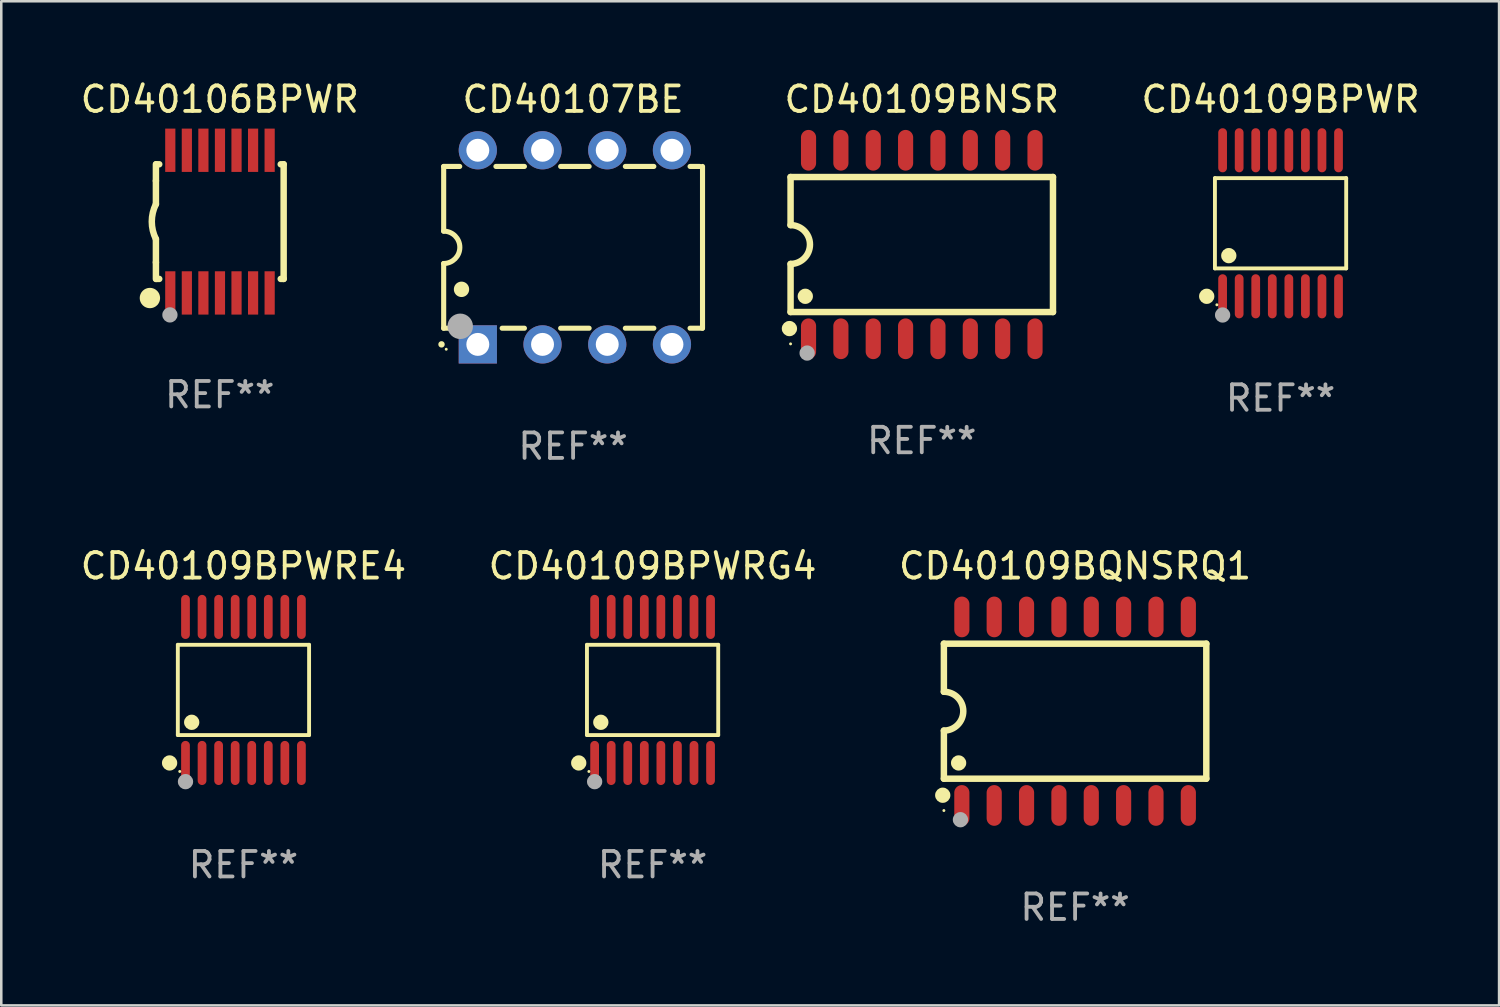
<source format=kicad_pcb>
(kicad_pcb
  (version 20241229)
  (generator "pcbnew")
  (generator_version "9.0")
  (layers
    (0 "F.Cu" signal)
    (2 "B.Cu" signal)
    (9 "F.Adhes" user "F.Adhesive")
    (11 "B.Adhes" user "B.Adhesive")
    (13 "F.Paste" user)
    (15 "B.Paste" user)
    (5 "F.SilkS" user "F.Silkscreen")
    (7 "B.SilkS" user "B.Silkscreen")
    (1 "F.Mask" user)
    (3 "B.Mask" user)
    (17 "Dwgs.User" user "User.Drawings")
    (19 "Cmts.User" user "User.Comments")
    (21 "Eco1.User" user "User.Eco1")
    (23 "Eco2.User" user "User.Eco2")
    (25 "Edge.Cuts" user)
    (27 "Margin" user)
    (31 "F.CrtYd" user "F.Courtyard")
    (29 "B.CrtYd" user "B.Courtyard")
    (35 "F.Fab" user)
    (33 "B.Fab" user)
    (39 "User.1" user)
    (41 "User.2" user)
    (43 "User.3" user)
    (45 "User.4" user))
  (footprint "CD40107BE"
    (layer "F.Cu")
    (at 19.445 6.658)
    (property "Reference" "CD40107BE" (at 0 -5.81 0) (layer "F.SilkS") (effects (font (size 1 1) (thickness 0.15))))
    (attr through_hole)
    (fp_line (start -5.08 -3.175) (end -4.451 -3.175) (stroke (width 0.2) (type solid)) (layer "F.SilkS"))
    (fp_line (start -5.08 -0.635) (end -5.08 -3.175) (stroke (width 0.2) (type solid)) (layer "F.SilkS"))
    (fp_line (start -5.08 3.175) (end -5.08 0.635) (stroke (width 0.2) (type solid)) (layer "F.SilkS"))
    (fp_line (start -4.694 3.175) (end -5.08 3.175) (stroke (width 0.2) (type solid)) (layer "F.SilkS"))
    (fp_line (start -3.029 -3.175) (end -1.911 -3.175) (stroke (width 0.2) (type solid)) (layer "F.SilkS"))
    (fp_line (start -1.911 3.175) (end -2.786 3.175) (stroke (width 0.2) (type solid)) (layer "F.SilkS"))
    (fp_line (start -0.489 -3.175) (end 0.629 -3.175) (stroke (width 0.2) (type solid)) (layer "F.SilkS"))
    (fp_line (start 0.629 3.175) (end -0.489 3.175) (stroke (width 0.2) (type solid)) (layer "F.SilkS"))
    (fp_line (start 2.051 -3.175) (end 3.169 -3.175) (stroke (width 0.2) (type solid)) (layer "F.SilkS"))
    (fp_line (start 3.169 3.175) (end 2.051 3.175) (stroke (width 0.2) (type solid)) (layer "F.SilkS"))
    (fp_line (start 4.591 -3.175) (end 4.97 -3.175) (stroke (width 0.2) (type solid)) (layer "F.SilkS"))
    (fp_line (start 5.074 3.175) (end 4.591 3.175) (stroke (width 0.2) (type solid)) (layer "F.SilkS"))
    (fp_line (start 5.08 -3.175) (end 5.08 3.175) (stroke (width 0.2) (type solid)) (layer "F.SilkS"))
    (fp_arc (start -5.164948 3.810008) (mid -5.164955 3.808738) (end -5.164948 3.807468) (stroke (width 0.25) (type solid)) (layer "F.SilkS"))
    (fp_arc (start -5.081128 -0.635001) (mid -4.446127 0) (end -5.081128 0.635001) (stroke (width 0.2) (type solid)) (layer "F.SilkS"))
    (fp_arc (start -4.380086 1.651003) (mid -4.380097 1.648463) (end -4.380086 1.645923) (stroke (width 0.6) (type solid)) (layer "F.SilkS"))
    (fp_circle (center -4.98 4) (end -4.95 4) (stroke (width 0.06) (type solid)) (fill no) (layer "F.SilkS"))
    (fp_circle (center -4.43 3.1) (end -4.18 3.1) (stroke (width 0.5) (type solid)) (fill no) (layer "F.Fab"))
    (fp_text user "REF**" (at 0 7.81 0) (layer "F.Fab") (effects (font (size 1 1) (thickness 0.15))))
    (pad "1" thru_hole rect (at -3.74 3.81) (size 1.5 1.5) (drill 0.9) (layers "*.Cu" "*.Mask"))
    (pad "2" thru_hole circle (at -1.2 3.81) (size 1.5 1.5) (drill 0.9) (layers "*.Cu" "*.Mask"))
    (pad "3" thru_hole circle (at 1.34 3.81) (size 1.5 1.5) (drill 0.9) (layers "*.Cu" "*.Mask"))
    (pad "4" thru_hole circle (at 3.88 3.81) (size 1.5 1.5) (drill 0.9) (layers "*.Cu" "*.Mask"))
    (pad "5" thru_hole circle (at 3.88 -3.81) (size 1.5 1.5) (drill 0.9) (layers "*.Cu" "*.Mask"))
    (pad "6" thru_hole circle (at 1.34 -3.81) (size 1.5 1.5) (drill 0.9) (layers "*.Cu" "*.Mask"))
    (pad "7" thru_hole circle (at -1.2 -3.81) (size 1.5 1.5) (drill 0.9) (layers "*.Cu" "*.Mask"))
    (pad "8" thru_hole circle (at -3.74 -3.81) (size 1.5 1.5) (drill 0.9) (layers "*.Cu" "*.Mask")))
  (footprint "CD40109BPWRE4"
    (layer "F.Cu")
    (at 6.506 24.031)
    (property "Reference" "CD40109BPWRE4" (at 0 -4.866 0) (layer "F.SilkS") (effects (font (size 1 1) (thickness 0.15))))
    (attr through_hole)
    (fp_line (start -2.576 -1.772) (end 2.576 -1.772) (stroke (width 0.152) (type solid)) (layer "F.SilkS"))
    (fp_line (start -2.576 1.771) (end -2.576 -1.772) (stroke (width 0.152) (type solid)) (layer "F.SilkS"))
    (fp_line (start 2.576 -1.772) (end 2.576 1.771) (stroke (width 0.152) (type solid)) (layer "F.SilkS"))
    (fp_line (start 2.576 1.771) (end -2.576 1.771) (stroke (width 0.152) (type solid)) (layer "F.SilkS"))
    (fp_circle (center -2.899 2.866) (end -2.749 2.866) (stroke (width 0.3) (type solid)) (fill no) (layer "F.SilkS"))
    (fp_circle (center -2.5 3.2) (end -2.47 3.2) (stroke (width 0.06) (type solid)) (fill no) (layer "F.SilkS"))
    (fp_circle (center -2.032 1.27) (end -1.882 1.27) (stroke (width 0.3) (type solid)) (fill no) (layer "F.SilkS"))
    (fp_circle (center -2.275 3.6) (end -2.125 3.6) (stroke (width 0.3) (type solid)) (fill no) (layer "F.Fab"))
    (fp_text user "REF**" (at 0 6.866 0) (layer "F.Fab") (effects (font (size 1 1) (thickness 0.15))))
    (pad "1" smd oval (at -2.275 2.866) (size 0.343 1.731) (layers "F.Cu" "F.Mask" "F.Paste"))
    (pad "2" smd oval (at -1.625 2.866) (size 0.343 1.731) (layers "F.Cu" "F.Mask" "F.Paste"))
    (pad "3" smd oval (at -0.975 2.866) (size 0.343 1.731) (layers "F.Cu" "F.Mask" "F.Paste"))
    (pad "4" smd oval (at -0.325 2.866) (size 0.343 1.731) (layers "F.Cu" "F.Mask" "F.Paste"))
    (pad "5" smd oval (at 0.325 2.866) (size 0.343 1.731) (layers "F.Cu" "F.Mask" "F.Paste"))
    (pad "6" smd oval (at 0.975 2.866) (size 0.343 1.731) (layers "F.Cu" "F.Mask" "F.Paste"))
    (pad "7" smd oval (at 1.625 2.866) (size 0.343 1.731) (layers "F.Cu" "F.Mask" "F.Paste"))
    (pad "8" smd oval (at 2.275 2.866) (size 0.343 1.731) (layers "F.Cu" "F.Mask" "F.Paste"))
    (pad "9" smd oval (at 2.275 -2.866) (size 0.343 1.731) (layers "F.Cu" "F.Mask" "F.Paste"))
    (pad "10" smd oval (at 1.625 -2.866) (size 0.343 1.731) (layers "F.Cu" "F.Mask" "F.Paste"))
    (pad "11" smd oval (at 0.975 -2.866) (size 0.343 1.731) (layers "F.Cu" "F.Mask" "F.Paste"))
    (pad "12" smd oval (at 0.325 -2.866) (size 0.343 1.731) (layers "F.Cu" "F.Mask" "F.Paste"))
    (pad "13" smd oval (at -0.325 -2.866) (size 0.343 1.731) (layers "F.Cu" "F.Mask" "F.Paste"))
    (pad "14" smd oval (at -0.975 -2.866) (size 0.343 1.731) (layers "F.Cu" "F.Mask" "F.Paste"))
    (pad "15" smd oval (at -1.625 -2.866) (size 0.343 1.731) (layers "F.Cu" "F.Mask" "F.Paste"))
    (pad "16" smd oval (at -2.275 -2.866) (size 0.343 1.731) (layers "F.Cu" "F.Mask" "F.Paste")))
  (footprint "CD40109BPWR"
    (layer "F.Cu")
    (at 47.214 5.714)
    (property "Reference" "CD40109BPWR" (at 0 -4.866 0) (layer "F.SilkS") (effects (font (size 1 1) (thickness 0.15))))
    (attr through_hole)
    (fp_line (start -2.576 -1.772) (end 2.576 -1.772) (stroke (width 0.152) (type solid)) (layer "F.SilkS"))
    (fp_line (start -2.576 1.771) (end -2.576 -1.772) (stroke (width 0.152) (type solid)) (layer "F.SilkS"))
    (fp_line (start 2.576 -1.772) (end 2.576 1.771) (stroke (width 0.152) (type solid)) (layer "F.SilkS"))
    (fp_line (start 2.576 1.771) (end -2.576 1.771) (stroke (width 0.152) (type solid)) (layer "F.SilkS"))
    (fp_circle (center -2.899 2.866) (end -2.749 2.866) (stroke (width 0.3) (type solid)) (fill no) (layer "F.SilkS"))
    (fp_circle (center -2.5 3.2) (end -2.47 3.2) (stroke (width 0.06) (type solid)) (fill no) (layer "F.SilkS"))
    (fp_circle (center -2.032 1.27) (end -1.882 1.27) (stroke (width 0.3) (type solid)) (fill no) (layer "F.SilkS"))
    (fp_circle (center -2.275 3.6) (end -2.125 3.6) (stroke (width 0.3) (type solid)) (fill no) (layer "F.Fab"))
    (fp_text user "REF**" (at 0 6.866 0) (layer "F.Fab") (effects (font (size 1 1) (thickness 0.15))))
    (pad "1" smd oval (at -2.275 2.866) (size 0.343 1.731) (layers "F.Cu" "F.Mask" "F.Paste"))
    (pad "2" smd oval (at -1.625 2.866) (size 0.343 1.731) (layers "F.Cu" "F.Mask" "F.Paste"))
    (pad "3" smd oval (at -0.975 2.866) (size 0.343 1.731) (layers "F.Cu" "F.Mask" "F.Paste"))
    (pad "4" smd oval (at -0.325 2.866) (size 0.343 1.731) (layers "F.Cu" "F.Mask" "F.Paste"))
    (pad "5" smd oval (at 0.325 2.866) (size 0.343 1.731) (layers "F.Cu" "F.Mask" "F.Paste"))
    (pad "6" smd oval (at 0.975 2.866) (size 0.343 1.731) (layers "F.Cu" "F.Mask" "F.Paste"))
    (pad "7" smd oval (at 1.625 2.866) (size 0.343 1.731) (layers "F.Cu" "F.Mask" "F.Paste"))
    (pad "8" smd oval (at 2.275 2.866) (size 0.343 1.731) (layers "F.Cu" "F.Mask" "F.Paste"))
    (pad "9" smd oval (at 2.275 -2.866) (size 0.343 1.731) (layers "F.Cu" "F.Mask" "F.Paste"))
    (pad "10" smd oval (at 1.625 -2.866) (size 0.343 1.731) (layers "F.Cu" "F.Mask" "F.Paste"))
    (pad "11" smd oval (at 0.975 -2.866) (size 0.343 1.731) (layers "F.Cu" "F.Mask" "F.Paste"))
    (pad "12" smd oval (at 0.325 -2.866) (size 0.343 1.731) (layers "F.Cu" "F.Mask" "F.Paste"))
    (pad "13" smd oval (at -0.325 -2.866) (size 0.343 1.731) (layers "F.Cu" "F.Mask" "F.Paste"))
    (pad "14" smd oval (at -0.975 -2.866) (size 0.343 1.731) (layers "F.Cu" "F.Mask" "F.Paste"))
    (pad "15" smd oval (at -1.625 -2.866) (size 0.343 1.731) (layers "F.Cu" "F.Mask" "F.Paste"))
    (pad "16" smd oval (at -2.275 -2.866) (size 0.343 1.731) (layers "F.Cu" "F.Mask" "F.Paste")))
  (footprint "CD40106BPWR"
    (layer "F.Cu")
    (at 5.577 5.648)
    (property "Reference" "CD40106BPWR" (at 0 -4.8 0) (layer "F.SilkS") (effects (font (size 1 1) (thickness 0.15))))
    (attr through_hole)
    (fp_line (start -2.507 -1.6) (end -2.507 -2.25) (stroke (width 0.254) (type solid)) (layer "F.SilkS"))
    (fp_line (start -2.507 -0.686) (end -2.507 -1.6) (stroke (width 0.254) (type solid)) (layer "F.SilkS"))
    (fp_line (start -2.507 1.6) (end -2.507 0.686) (stroke (width 0.254) (type solid)) (layer "F.SilkS"))
    (fp_line (start -2.507 1.6) (end -2.507 2.25) (stroke (width 0.254) (type solid)) (layer "F.SilkS"))
    (fp_line (start -2.493 -2.25) (end -2.377 -2.25) (stroke (width 0.254) (type solid)) (layer "F.SilkS"))
    (fp_line (start -2.377 2.25) (end -2.493 2.25) (stroke (width 0.254) (type solid)) (layer "F.SilkS"))
    (fp_line (start 2.392 -2.25) (end 2.507 -2.25) (stroke (width 0.254) (type solid)) (layer "F.SilkS"))
    (fp_line (start 2.507 -2.25) (end 2.507 2.25) (stroke (width 0.254) (type solid)) (layer "F.SilkS"))
    (fp_line (start 2.507 2.25) (end 2.392 2.25) (stroke (width 0.254) (type solid)) (layer "F.SilkS"))
    (fp_arc (start -2.507303 0.685802) (mid -2.669199 0) (end -2.507303 -0.685801) (stroke (width 0.254001) (type solid)) (layer "F.SilkS"))
    (fp_circle (center -2.743 3) (end -2.543 3) (stroke (width 0.4) (type solid)) (fill no) (layer "F.SilkS"))
    (fp_circle (center -2.493 3.2) (end -2.463 3.2) (stroke (width 0.06) (type solid)) (fill no) (layer "F.SilkS"))
    (fp_circle (center -1.957 3.662) (end -1.807 3.662) (stroke (width 0.3) (type solid)) (fill no) (layer "F.Fab"))
    (fp_text user "REF**" (at 0 6.8 0) (layer "F.Fab") (effects (font (size 1 1) (thickness 0.15))))
    (pad "1" smd rect (at -1.943 2.8) (size 0.4 1.7) (layers "F.Cu" "F.Mask" "F.Paste"))
    (pad "2" smd rect (at -1.293 2.8) (size 0.4 1.7) (layers "F.Cu" "F.Mask" "F.Paste"))
    (pad "3" smd rect (at -0.643 2.8) (size 0.4 1.7) (layers "F.Cu" "F.Mask" "F.Paste"))
    (pad "4" smd rect (at 0.007 2.8) (size 0.4 1.7) (layers "F.Cu" "F.Mask" "F.Paste"))
    (pad "5" smd rect (at 0.657 2.8) (size 0.4 1.7) (layers "F.Cu" "F.Mask" "F.Paste"))
    (pad "6" smd rect (at 1.307 2.8) (size 0.4 1.7) (layers "F.Cu" "F.Mask" "F.Paste"))
    (pad "7" smd rect (at 1.957 2.8) (size 0.4 1.7) (layers "F.Cu" "F.Mask" "F.Paste"))
    (pad "8" smd rect (at 1.957 -2.8) (size 0.4 1.7) (layers "F.Cu" "F.Mask" "F.Paste"))
    (pad "9" smd rect (at 1.307 -2.8) (size 0.4 1.7) (layers "F.Cu" "F.Mask" "F.Paste"))
    (pad "10" smd rect (at 0.657 -2.8) (size 0.4 1.7) (layers "F.Cu" "F.Mask" "F.Paste"))
    (pad "11" smd rect (at 0.007 -2.8) (size 0.4 1.7) (layers "F.Cu" "F.Mask" "F.Paste"))
    (pad "12" smd rect (at -0.643 -2.8) (size 0.4 1.7) (layers "F.Cu" "F.Mask" "F.Paste"))
    (pad "13" smd rect (at -1.293 -2.8) (size 0.4 1.7) (layers "F.Cu" "F.Mask" "F.Paste"))
    (pad "14" smd rect (at -1.943 -2.8) (size 0.4 1.7) (layers "F.Cu" "F.Mask" "F.Paste")))
  (footprint "CD40109BPWRG4"
    (layer "F.Cu")
    (at 22.565 24.031)
    (property "Reference" "CD40109BPWRG4" (at 0 -4.866 0) (layer "F.SilkS") (effects (font (size 1 1) (thickness 0.15))))
    (attr through_hole)
    (fp_line (start -2.576 -1.772) (end 2.576 -1.772) (stroke (width 0.152) (type solid)) (layer "F.SilkS"))
    (fp_line (start -2.576 1.771) (end -2.576 -1.772) (stroke (width 0.152) (type solid)) (layer "F.SilkS"))
    (fp_line (start 2.576 -1.772) (end 2.576 1.771) (stroke (width 0.152) (type solid)) (layer "F.SilkS"))
    (fp_line (start 2.576 1.771) (end -2.576 1.771) (stroke (width 0.152) (type solid)) (layer "F.SilkS"))
    (fp_circle (center -2.899 2.866) (end -2.749 2.866) (stroke (width 0.3) (type solid)) (fill no) (layer "F.SilkS"))
    (fp_circle (center -2.5 3.2) (end -2.47 3.2) (stroke (width 0.06) (type solid)) (fill no) (layer "F.SilkS"))
    (fp_circle (center -2.032 1.27) (end -1.882 1.27) (stroke (width 0.3) (type solid)) (fill no) (layer "F.SilkS"))
    (fp_circle (center -2.275 3.6) (end -2.125 3.6) (stroke (width 0.3) (type solid)) (fill no) (layer "F.Fab"))
    (fp_text user "REF**" (at 0 6.866 0) (layer "F.Fab") (effects (font (size 1 1) (thickness 0.15))))
    (pad "1" smd oval (at -2.275 2.866) (size 0.343 1.731) (layers "F.Cu" "F.Mask" "F.Paste"))
    (pad "2" smd oval (at -1.625 2.866) (size 0.343 1.731) (layers "F.Cu" "F.Mask" "F.Paste"))
    (pad "3" smd oval (at -0.975 2.866) (size 0.343 1.731) (layers "F.Cu" "F.Mask" "F.Paste"))
    (pad "4" smd oval (at -0.325 2.866) (size 0.343 1.731) (layers "F.Cu" "F.Mask" "F.Paste"))
    (pad "5" smd oval (at 0.325 2.866) (size 0.343 1.731) (layers "F.Cu" "F.Mask" "F.Paste"))
    (pad "6" smd oval (at 0.975 2.866) (size 0.343 1.731) (layers "F.Cu" "F.Mask" "F.Paste"))
    (pad "7" smd oval (at 1.625 2.866) (size 0.343 1.731) (layers "F.Cu" "F.Mask" "F.Paste"))
    (pad "8" smd oval (at 2.275 2.866) (size 0.343 1.731) (layers "F.Cu" "F.Mask" "F.Paste"))
    (pad "9" smd oval (at 2.275 -2.866) (size 0.343 1.731) (layers "F.Cu" "F.Mask" "F.Paste"))
    (pad "10" smd oval (at 1.625 -2.866) (size 0.343 1.731) (layers "F.Cu" "F.Mask" "F.Paste"))
    (pad "11" smd oval (at 0.975 -2.866) (size 0.343 1.731) (layers "F.Cu" "F.Mask" "F.Paste"))
    (pad "12" smd oval (at 0.325 -2.866) (size 0.343 1.731) (layers "F.Cu" "F.Mask" "F.Paste"))
    (pad "13" smd oval (at -0.325 -2.866) (size 0.343 1.731) (layers "F.Cu" "F.Mask" "F.Paste"))
    (pad "14" smd oval (at -0.975 -2.866) (size 0.343 1.731) (layers "F.Cu" "F.Mask" "F.Paste"))
    (pad "15" smd oval (at -1.625 -2.866) (size 0.343 1.731) (layers "F.Cu" "F.Mask" "F.Paste"))
    (pad "16" smd oval (at -2.275 -2.866) (size 0.343 1.731) (layers "F.Cu" "F.Mask" "F.Paste")))
  (footprint "CD40109BNSR"
    (layer "F.Cu")
    (at 33.131 6.548)
    (property "Reference" "CD40109BNSR" (at 0 -5.7 0) (layer "F.SilkS") (effects (font (size 1 1) (thickness 0.15))))
    (attr through_hole)
    (fp_line (start -5.15 -2.65) (end -5.15 -0.762) (stroke (width 0.254) (type solid)) (layer "F.SilkS"))
    (fp_line (start -5.15 -2.65) (end 5.15 -2.65) (stroke (width 0.254) (type solid)) (layer "F.SilkS"))
    (fp_line (start -5.15 2.65) (end -5.15 0.762) (stroke (width 0.254) (type solid)) (layer "F.SilkS"))
    (fp_line (start 5.15 -2.65) (end 5.15 2.65) (stroke (width 0.254) (type solid)) (layer "F.SilkS"))
    (fp_line (start 5.15 2.65) (end -5.15 2.65) (stroke (width 0.254) (type solid)) (layer "F.SilkS"))
    (fp_arc (start -5.151131 -0.762003) (mid -4.389128 -0.000559) (end -5.150013 0.762002) (stroke (width 0.254001) (type solid)) (layer "F.SilkS"))
    (fp_circle (center -5.195 3.299) (end -5.045 3.299) (stroke (width 0.3) (type solid)) (fill no) (layer "F.SilkS"))
    (fp_circle (center -5.15 3.9) (end -5.12 3.9) (stroke (width 0.06) (type solid)) (fill no) (layer "F.SilkS"))
    (fp_circle (center -4.572 2.032) (end -4.422 2.032) (stroke (width 0.3) (type solid)) (fill no) (layer "F.SilkS"))
    (fp_circle (center -4.5 4.26) (end -4.35 4.26) (stroke (width 0.3) (type solid)) (fill no) (layer "F.Fab"))
    (fp_text user "REF**" (at 0 7.7 0) (layer "F.Fab") (effects (font (size 1 1) (thickness 0.15))))
    (pad "1" smd oval (at -4.445 3.7) (size 0.595 1.598) (layers "F.Cu" "F.Mask" "F.Paste"))
    (pad "2" smd oval (at -3.175 3.7) (size 0.595 1.598) (layers "F.Cu" "F.Mask" "F.Paste"))
    (pad "3" smd oval (at -1.905 3.7) (size 0.595 1.598) (layers "F.Cu" "F.Mask" "F.Paste"))
    (pad "4" smd oval (at -0.635 3.7) (size 0.595 1.598) (layers "F.Cu" "F.Mask" "F.Paste"))
    (pad "5" smd oval (at 0.635 3.7) (size 0.595 1.598) (layers "F.Cu" "F.Mask" "F.Paste"))
    (pad "6" smd oval (at 1.905 3.7) (size 0.595 1.598) (layers "F.Cu" "F.Mask" "F.Paste"))
    (pad "7" smd oval (at 3.175 3.7) (size 0.595 1.598) (layers "F.Cu" "F.Mask" "F.Paste"))
    (pad "8" smd oval (at 4.445 3.7) (size 0.595 1.598) (layers "F.Cu" "F.Mask" "F.Paste"))
    (pad "9" smd oval (at 4.445 -3.7) (size 0.595 1.598) (layers "F.Cu" "F.Mask" "F.Paste"))
    (pad "10" smd oval (at 3.175 -3.7) (size 0.595 1.598) (layers "F.Cu" "F.Mask" "F.Paste"))
    (pad "11" smd oval (at 1.905 -3.7) (size 0.595 1.598) (layers "F.Cu" "F.Mask" "F.Paste"))
    (pad "12" smd oval (at 0.635 -3.7) (size 0.595 1.598) (layers "F.Cu" "F.Mask" "F.Paste"))
    (pad "13" smd oval (at -0.635 -3.7) (size 0.595 1.598) (layers "F.Cu" "F.Mask" "F.Paste"))
    (pad "14" smd oval (at -1.905 -3.7) (size 0.595 1.598) (layers "F.Cu" "F.Mask" "F.Paste"))
    (pad "15" smd oval (at -3.175 -3.7) (size 0.595 1.598) (layers "F.Cu" "F.Mask" "F.Paste"))
    (pad "16" smd oval (at -4.445 -3.7) (size 0.595 1.598) (layers "F.Cu" "F.Mask" "F.Paste")))
  (footprint "CD40109BQNSRQ1"
    (layer "F.Cu")
    (at 39.149 24.865)
    (property "Reference" "CD40109BQNSRQ1" (at 0 -5.7 0) (layer "F.SilkS") (effects (font (size 1 1) (thickness 0.15))))
    (attr through_hole)
    (fp_line (start -5.15 -2.65) (end -5.15 -0.762) (stroke (width 0.254) (type solid)) (layer "F.SilkS"))
    (fp_line (start -5.15 -2.65) (end 5.15 -2.65) (stroke (width 0.254) (type solid)) (layer "F.SilkS"))
    (fp_line (start -5.15 2.65) (end -5.15 0.762) (stroke (width 0.254) (type solid)) (layer "F.SilkS"))
    (fp_line (start 5.15 -2.65) (end 5.15 2.65) (stroke (width 0.254) (type solid)) (layer "F.SilkS"))
    (fp_line (start 5.15 2.65) (end -5.15 2.65) (stroke (width 0.254) (type solid)) (layer "F.SilkS"))
    (fp_arc (start -5.151131 -0.762003) (mid -4.389128 -0.000559) (end -5.150013 0.762002) (stroke (width 0.254001) (type solid)) (layer "F.SilkS"))
    (fp_circle (center -5.195 3.299) (end -5.045 3.299) (stroke (width 0.3) (type solid)) (fill no) (layer "F.SilkS"))
    (fp_circle (center -5.15 3.9) (end -5.12 3.9) (stroke (width 0.06) (type solid)) (fill no) (layer "F.SilkS"))
    (fp_circle (center -4.572 2.032) (end -4.422 2.032) (stroke (width 0.3) (type solid)) (fill no) (layer "F.SilkS"))
    (fp_circle (center -4.5 4.26) (end -4.35 4.26) (stroke (width 0.3) (type solid)) (fill no) (layer "F.Fab"))
    (fp_text user "REF**" (at 0 7.7 0) (layer "F.Fab") (effects (font (size 1 1) (thickness 0.15))))
    (pad "1" smd oval (at -4.445 3.7) (size 0.595 1.598) (layers "F.Cu" "F.Mask" "F.Paste"))
    (pad "2" smd oval (at -3.175 3.7) (size 0.595 1.598) (layers "F.Cu" "F.Mask" "F.Paste"))
    (pad "3" smd oval (at -1.905 3.7) (size 0.595 1.598) (layers "F.Cu" "F.Mask" "F.Paste"))
    (pad "4" smd oval (at -0.635 3.7) (size 0.595 1.598) (layers "F.Cu" "F.Mask" "F.Paste"))
    (pad "5" smd oval (at 0.635 3.7) (size 0.595 1.598) (layers "F.Cu" "F.Mask" "F.Paste"))
    (pad "6" smd oval (at 1.905 3.7) (size 0.595 1.598) (layers "F.Cu" "F.Mask" "F.Paste"))
    (pad "7" smd oval (at 3.175 3.7) (size 0.595 1.598) (layers "F.Cu" "F.Mask" "F.Paste"))
    (pad "8" smd oval (at 4.445 3.7) (size 0.595 1.598) (layers "F.Cu" "F.Mask" "F.Paste"))
    (pad "9" smd oval (at 4.445 -3.7) (size 0.595 1.598) (layers "F.Cu" "F.Mask" "F.Paste"))
    (pad "10" smd oval (at 3.175 -3.7) (size 0.595 1.598) (layers "F.Cu" "F.Mask" "F.Paste"))
    (pad "11" smd oval (at 1.905 -3.7) (size 0.595 1.598) (layers "F.Cu" "F.Mask" "F.Paste"))
    (pad "12" smd oval (at 0.635 -3.7) (size 0.595 1.598) (layers "F.Cu" "F.Mask" "F.Paste"))
    (pad "13" smd oval (at -0.635 -3.7) (size 0.595 1.598) (layers "F.Cu" "F.Mask" "F.Paste"))
    (pad "14" smd oval (at -1.905 -3.7) (size 0.595 1.598) (layers "F.Cu" "F.Mask" "F.Paste"))
    (pad "15" smd oval (at -3.175 -3.7) (size 0.595 1.598) (layers "F.Cu" "F.Mask" "F.Paste"))
    (pad "16" smd oval (at -4.445 -3.7) (size 0.595 1.598) (layers "F.Cu" "F.Mask" "F.Paste")))
  (gr_rect
    (start -3 -3)
    (end 55.791 36.413)
    (stroke (width 0.1) (type default))
    (fill no)
    (layer "Edge.Cuts")))
</source>
